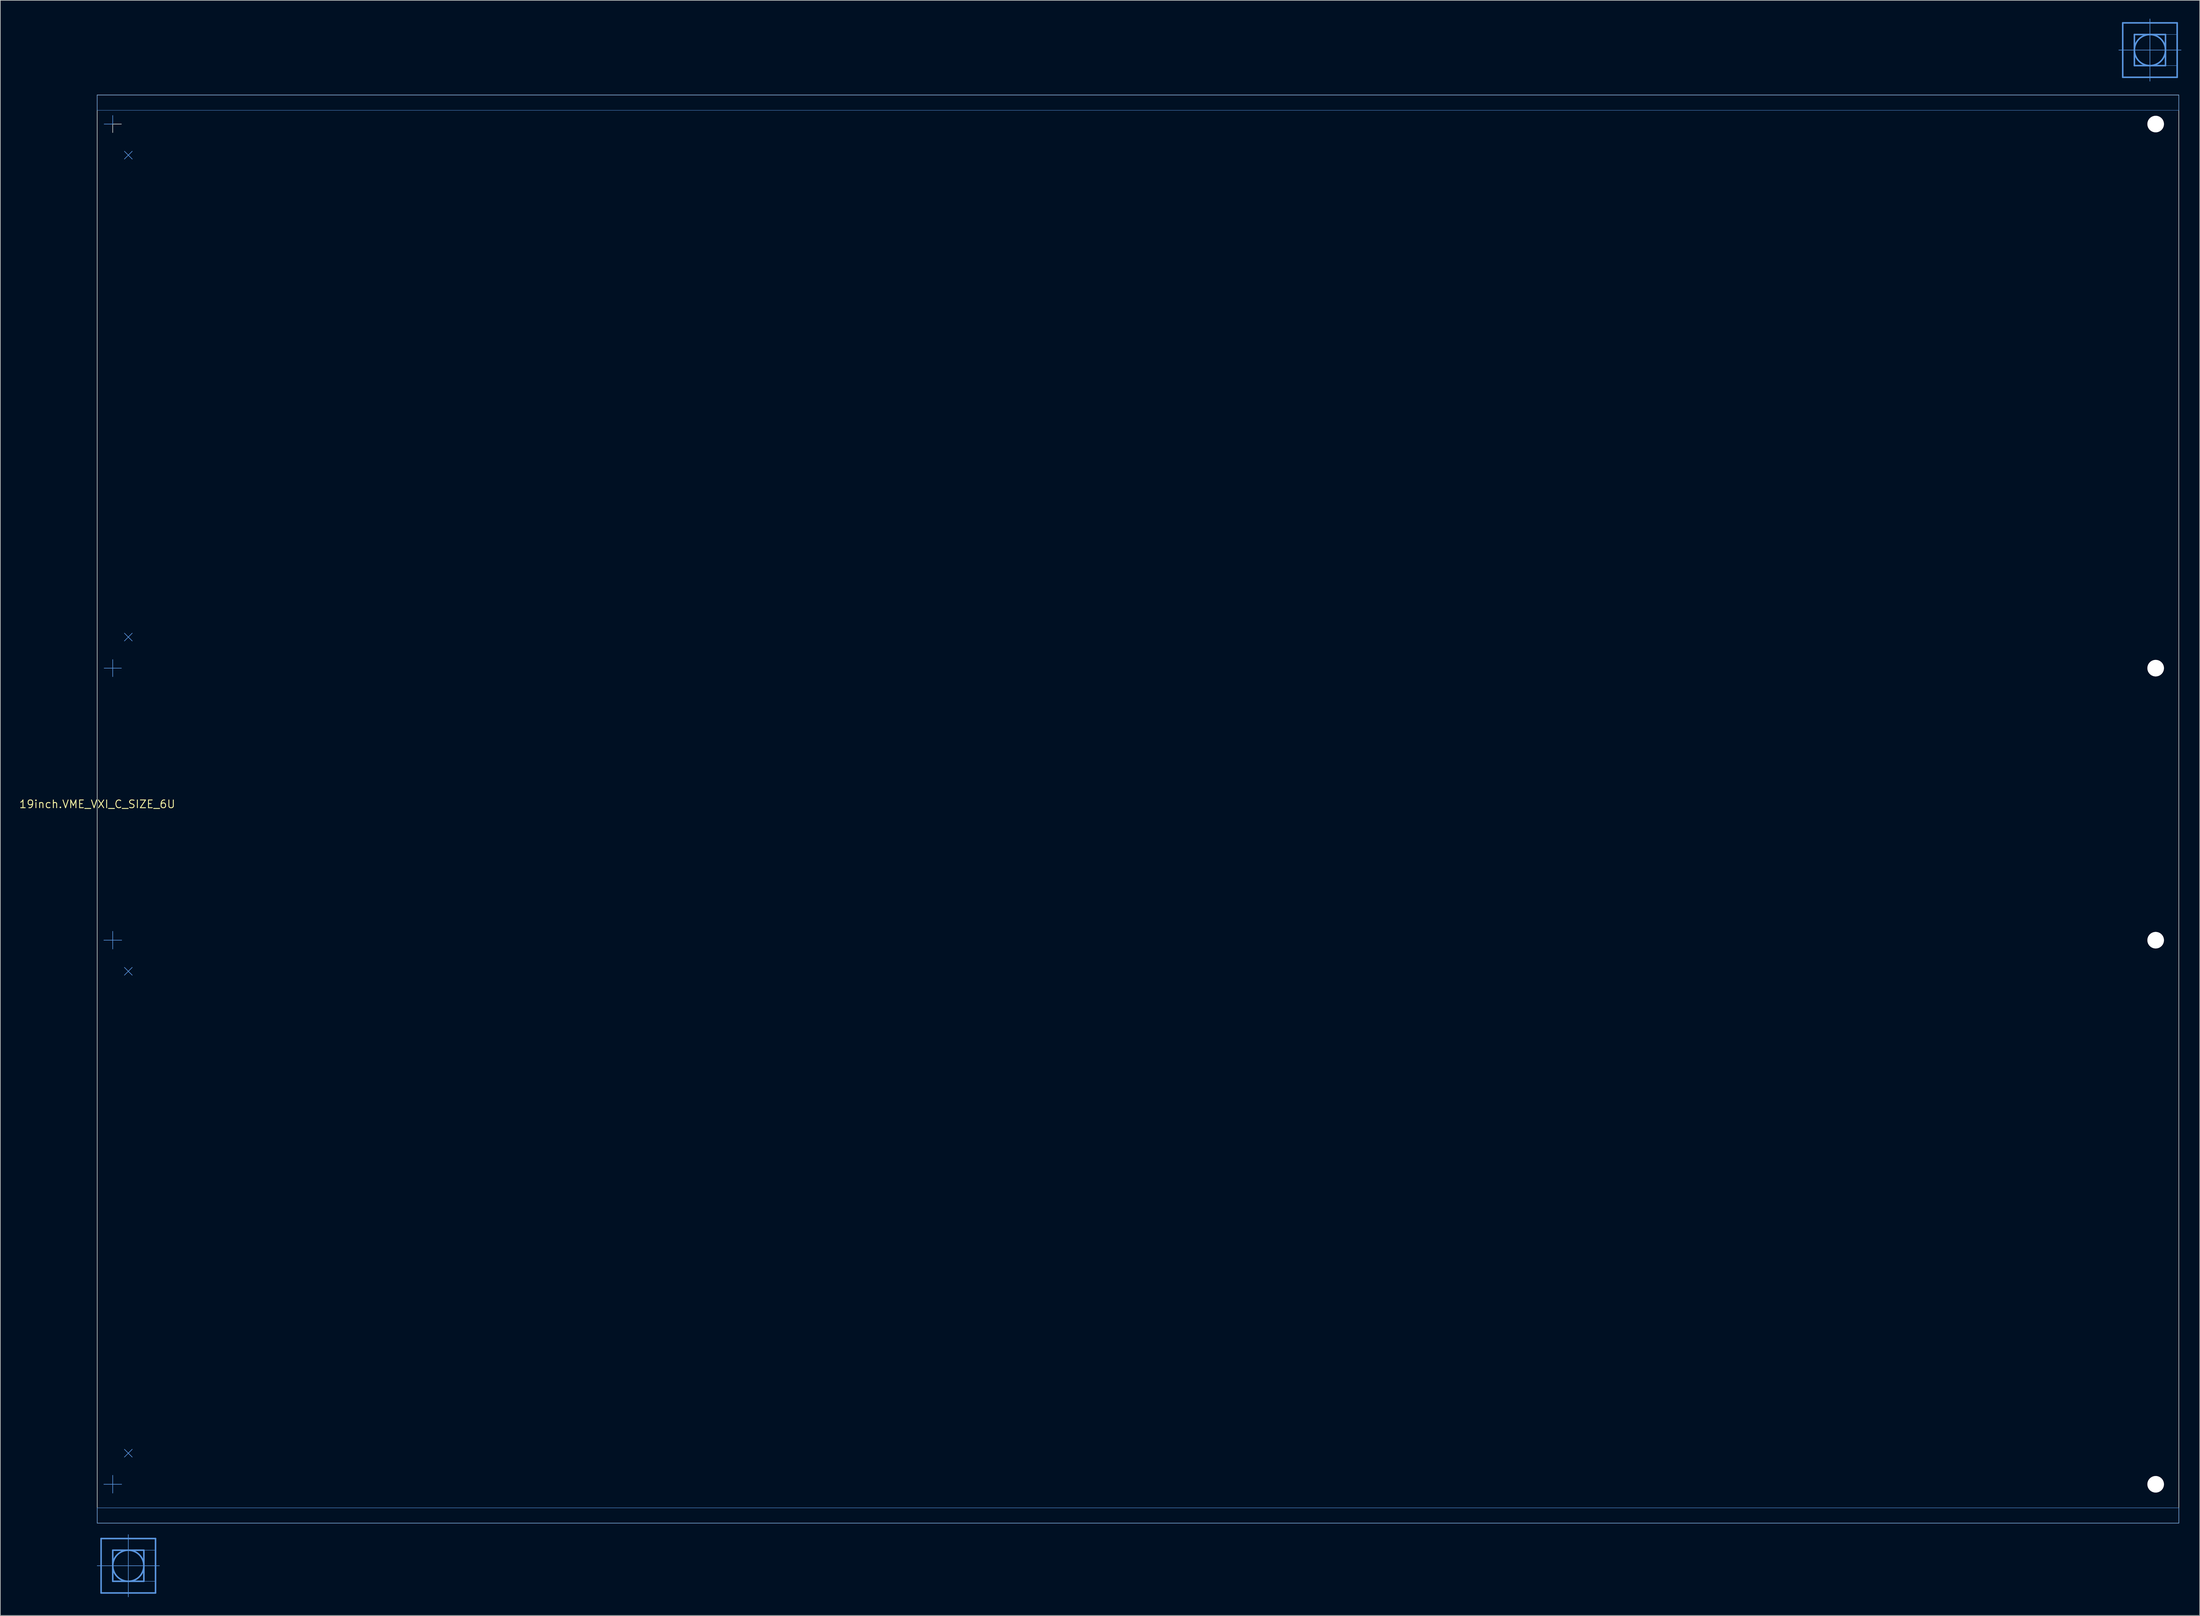
<source format=kicad_pcb>
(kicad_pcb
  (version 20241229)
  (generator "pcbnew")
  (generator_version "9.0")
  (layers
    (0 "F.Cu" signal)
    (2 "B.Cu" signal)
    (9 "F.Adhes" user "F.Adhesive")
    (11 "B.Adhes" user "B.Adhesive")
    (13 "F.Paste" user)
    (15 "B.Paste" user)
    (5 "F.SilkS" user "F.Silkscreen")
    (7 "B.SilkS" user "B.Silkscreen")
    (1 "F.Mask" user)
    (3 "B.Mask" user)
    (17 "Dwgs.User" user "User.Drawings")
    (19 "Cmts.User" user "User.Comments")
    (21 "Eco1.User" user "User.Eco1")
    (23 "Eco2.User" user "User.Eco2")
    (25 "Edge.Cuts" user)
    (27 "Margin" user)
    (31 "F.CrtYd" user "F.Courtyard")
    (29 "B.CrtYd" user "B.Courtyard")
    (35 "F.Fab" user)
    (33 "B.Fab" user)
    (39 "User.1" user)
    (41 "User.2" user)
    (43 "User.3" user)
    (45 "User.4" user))
  (footprint "19inch.VME_VXI_C_SIZE_6U"
    (layer "F.Cu")
    (at 12.828 128.346)
    (property "Reference" "19inch.VME_VXI_C_SIZE_6U" (at 0 0 0) (layer "F.SilkS") (effects (font (size 1.27 1.27) (thickness 0.15))))
    (fp_line (start 0 124.435) (end 0.635 124.435) (stroke (width 0.102) (type default)) (layer "Cmts.User"))
    (fp_line (start 0.635 119.99) (end 9.525 119.99) (stroke (width 0.254) (type default)) (layer "Cmts.User"))
    (fp_line (start 0.635 124.435) (end 0.635 119.99) (stroke (width 0.254) (type default)) (layer "Cmts.User"))
    (fp_line (start 0.635 124.435) (end 10.16 124.435) (stroke (width 0.102) (type default)) (layer "Cmts.User"))
    (fp_line (start 0.635 128.88) (end 0.635 124.435) (stroke (width 0.254) (type default)) (layer "Cmts.User"))
    (fp_line (start 2.534 -111.125) (end 1.137 -111.125) (stroke (width 0.1) (type default)) (layer "Cmts.User"))
    (fp_line (start 2.534 -111.125) (end 2.534 -112.522) (stroke (width 0.1) (type default)) (layer "Cmts.User"))
    (fp_line (start 2.534 -22.225) (end 1.137 -22.225) (stroke (width 0.1) (type default)) (layer "Cmts.User"))
    (fp_line (start 2.534 -22.225) (end 2.534 -23.622) (stroke (width 0.1) (type default)) (layer "Cmts.User"))
    (fp_line (start 2.534 -22.225) (end 2.534 -20.839) (stroke (width 0.1) (type default)) (layer "Cmts.User"))
    (fp_line (start 2.534 -22.225) (end 3.948 -22.225) (stroke (width 0.1) (type default)) (layer "Cmts.User"))
    (fp_line (start 2.534 22.225) (end 1.087 22.225) (stroke (width 0.1) (type default)) (layer "Cmts.User"))
    (fp_line (start 2.534 22.225) (end 2.534 20.778) (stroke (width 0.1) (type default)) (layer "Cmts.User"))
    (fp_line (start 2.534 22.225) (end 2.534 23.661) (stroke (width 0.1) (type default)) (layer "Cmts.User"))
    (fp_line (start 2.534 22.225) (end 3.998 22.225) (stroke (width 0.1) (type default)) (layer "Cmts.User"))
    (fp_line (start 2.534 111.125) (end 1.087 111.125) (stroke (width 0.1) (type default)) (layer "Cmts.User"))
    (fp_line (start 2.534 111.125) (end 2.534 109.661) (stroke (width 0.1) (type default)) (layer "Cmts.User"))
    (fp_line (start 2.534 111.125) (end 2.534 112.561) (stroke (width 0.1) (type default)) (layer "Cmts.User"))
    (fp_line (start 2.534 111.125) (end 3.992 111.125) (stroke (width 0.1) (type default)) (layer "Cmts.User"))
    (fp_line (start 2.54 121.895) (end 2.54 126.975) (stroke (width 0.254) (type default)) (layer "Cmts.User"))
    (fp_line (start 2.54 126.975) (end 7.62 126.975) (stroke (width 0.254) (type default)) (layer "Cmts.User"))
    (fp_line (start 4.445 -106.68) (end 5.715 -105.41) (stroke (width 0.1) (type default)) (layer "Cmts.User"))
    (fp_line (start 4.445 -105.41) (end 5.715 -106.68) (stroke (width 0.1) (type default)) (layer "Cmts.User"))
    (fp_line (start 4.445 -27.94) (end 5.715 -26.67) (stroke (width 0.1) (type default)) (layer "Cmts.User"))
    (fp_line (start 4.445 -26.67) (end 5.715 -27.94) (stroke (width 0.1) (type default)) (layer "Cmts.User"))
    (fp_line (start 4.445 26.67) (end 5.715 27.94) (stroke (width 0.1) (type default)) (layer "Cmts.User"))
    (fp_line (start 4.445 27.94) (end 5.715 26.67) (stroke (width 0.1) (type default)) (layer "Cmts.User"))
    (fp_line (start 4.445 105.41) (end 5.715 106.68) (stroke (width 0.1) (type default)) (layer "Cmts.User"))
    (fp_line (start 4.445 106.68) (end 5.715 105.41) (stroke (width 0.1) (type default)) (layer "Cmts.User"))
    (fp_line (start 5.08 129.515) (end 5.08 119.355) (stroke (width 0.102) (type default)) (layer "Cmts.User"))
    (fp_line (start 7.62 121.895) (end 2.54 121.895) (stroke (width 0.254) (type default)) (layer "Cmts.User"))
    (fp_line (start 7.62 126.975) (end 7.62 121.895) (stroke (width 0.254) (type default)) (layer "Cmts.User"))
    (fp_line (start 9.525 119.99) (end 9.525 128.88) (stroke (width 0.254) (type default)) (layer "Cmts.User"))
    (fp_line (start 9.525 128.88) (end 0.635 128.88) (stroke (width 0.254) (type default)) (layer "Cmts.User"))
    (fp_line (start 330.2 -123.215) (end 330.835 -123.215) (stroke (width 0.102) (type default)) (layer "Cmts.User"))
    (fp_line (start 330.835 -127.66) (end 339.725 -127.66) (stroke (width 0.254) (type default)) (layer "Cmts.User"))
    (fp_line (start 330.835 -123.215) (end 330.835 -127.66) (stroke (width 0.254) (type default)) (layer "Cmts.User"))
    (fp_line (start 330.835 -123.215) (end 340.36 -123.215) (stroke (width 0.102) (type default)) (layer "Cmts.User"))
    (fp_line (start 330.835 -118.77) (end 330.835 -123.215) (stroke (width 0.254) (type default)) (layer "Cmts.User"))
    (fp_line (start 332.74 -125.755) (end 332.74 -120.675) (stroke (width 0.254) (type default)) (layer "Cmts.User"))
    (fp_line (start 332.74 -120.675) (end 337.82 -120.675) (stroke (width 0.254) (type default)) (layer "Cmts.User"))
    (fp_line (start 335.28 -118.135) (end 335.28 -128.295) (stroke (width 0.102) (type default)) (layer "Cmts.User"))
    (fp_line (start 337.82 -125.755) (end 332.74 -125.755) (stroke (width 0.254) (type default)) (layer "Cmts.User"))
    (fp_line (start 337.82 -120.675) (end 337.82 -125.755) (stroke (width 0.254) (type default)) (layer "Cmts.User"))
    (fp_line (start 339.725 -127.66) (end 339.725 -118.77) (stroke (width 0.254) (type default)) (layer "Cmts.User"))
    (fp_line (start 339.725 -118.77) (end 330.835 -118.77) (stroke (width 0.254) (type default)) (layer "Cmts.User"))
    (fp_rect (start -0.006 -113.375) (end 339.994 -115.875) (stroke (width 0.05) (type default)) (fill no) (layer "Cmts.User"))
    (fp_rect (start -0.006 -113.375) (end 339.994 -115.875) (stroke (width 0.05) (type default)) (fill no) (layer "Cmts.User"))
    (fp_rect (start 0 117.475) (end 340 114.975) (stroke (width 0.05) (type default)) (fill no) (layer "Cmts.User"))
    (fp_rect (start 0 117.475) (end 340 114.975) (stroke (width 0.05) (type default)) (fill no) (layer "Cmts.User"))
    (fp_rect (start 5.08 121.895) (end 9.525 119.99) (stroke (width 0.05) (type default)) (fill no) (layer "Cmts.User"))
    (fp_rect (start 5.08 128.88) (end 9.525 126.975) (stroke (width 0.05) (type default)) (fill no) (layer "Cmts.User"))
    (fp_rect (start 7.62 126.975) (end 9.525 121.895) (stroke (width 0.05) (type default)) (fill no) (layer "Cmts.User"))
    (fp_rect (start 335.28 -125.755) (end 339.725 -127.66) (stroke (width 0.05) (type default)) (fill no) (layer "Cmts.User"))
    (fp_rect (start 335.28 -118.77) (end 339.725 -120.675) (stroke (width 0.05) (type default)) (fill no) (layer "Cmts.User"))
    (fp_rect (start 337.82 -120.675) (end 339.725 -125.755) (stroke (width 0.05) (type default)) (fill no) (layer "Cmts.User"))
    (fp_circle (center 2.534 -111.125) (end 3.931 -111.125) (stroke (width 0.001) (type default)) (fill no) (layer "Cmts.User"))
    (fp_circle (center 2.534 -22.225) (end 3.931 -22.225) (stroke (width 0.001) (type default)) (fill no) (layer "Cmts.User"))
    (fp_circle (center 2.534 22.225) (end 3.931 22.225) (stroke (width 0.001) (type default)) (fill no) (layer "Cmts.User"))
    (fp_circle (center 2.534 111.125) (end 3.931 111.125) (stroke (width 0.001) (type default)) (fill no) (layer "Cmts.User"))
    (fp_circle (center 5.08 124.435) (end 7.62 124.435) (stroke (width 0.254) (type default)) (fill no) (layer "Cmts.User"))
    (fp_circle (center 335.28 -123.215) (end 337.82 -123.215) (stroke (width 0.254) (type default)) (fill no) (layer "Cmts.User"))
    (fp_line (start -0.006 -115.875) (end 0 117.475) (stroke (width 0.1) (type default)) (layer "Edge.Cuts"))
    (fp_line (start 0 117.475) (end 340 117.475) (stroke (width 0.1) (type default)) (layer "Edge.Cuts"))
    (fp_line (start 2.534 -111.125) (end 2.534 -109.739) (stroke (width 0.1) (type default)) (layer "Edge.Cuts"))
    (fp_line (start 2.534 -111.125) (end 3.948 -111.125) (stroke (width 0.1) (type default)) (layer "Edge.Cuts"))
    (fp_line (start 339.994 -115.875) (end -0.006 -115.875) (stroke (width 0.1) (type default)) (layer "Edge.Cuts"))
    (fp_line (start 339.994 -115.875) (end 340 117.475) (stroke (width 0.1) (type default)) (layer "Edge.Cuts"))
    (pad "" np_thru_hole circle (at 336.214 -111.125) (size 2.7 2.7) (drill 2.7) (layers "*.Cu" "*.Mask"))
    (pad "" np_thru_hole circle (at 336.214 -111.125) (size 2.7 2.7) (drill 2.7) (layers "*.Cu" "*.Mask"))
    (pad "" np_thru_hole circle (at 336.214 -22.225) (size 2.7 2.7) (drill 2.7) (layers "*.Cu" "*.Mask"))
    (pad "" np_thru_hole circle (at 336.214 -22.225) (size 2.7 2.7) (drill 2.7) (layers "*.Cu" "*.Mask"))
    (pad "" np_thru_hole circle (at 336.214 22.225) (size 2.7 2.7) (drill 2.7) (layers "*.Cu" "*.Mask"))
    (pad "" np_thru_hole circle (at 336.214 22.225) (size 2.7 2.7) (drill 2.7) (layers "*.Cu" "*.Mask"))
    (pad "" np_thru_hole circle (at 336.214 111.125) (size 2.7 2.7) (drill 2.7) (layers "*.Cu" "*.Mask"))
    (pad "" np_thru_hole circle (at 336.214 111.125) (size 2.7 2.7) (drill 2.7) (layers "*.Cu" "*.Mask")))
  (gr_rect
    (start -3 -3)
    (end 356.239 260.912)
    (stroke (width 0.1) (type default))
    (fill no)
    (layer "Edge.Cuts")))
</source>
